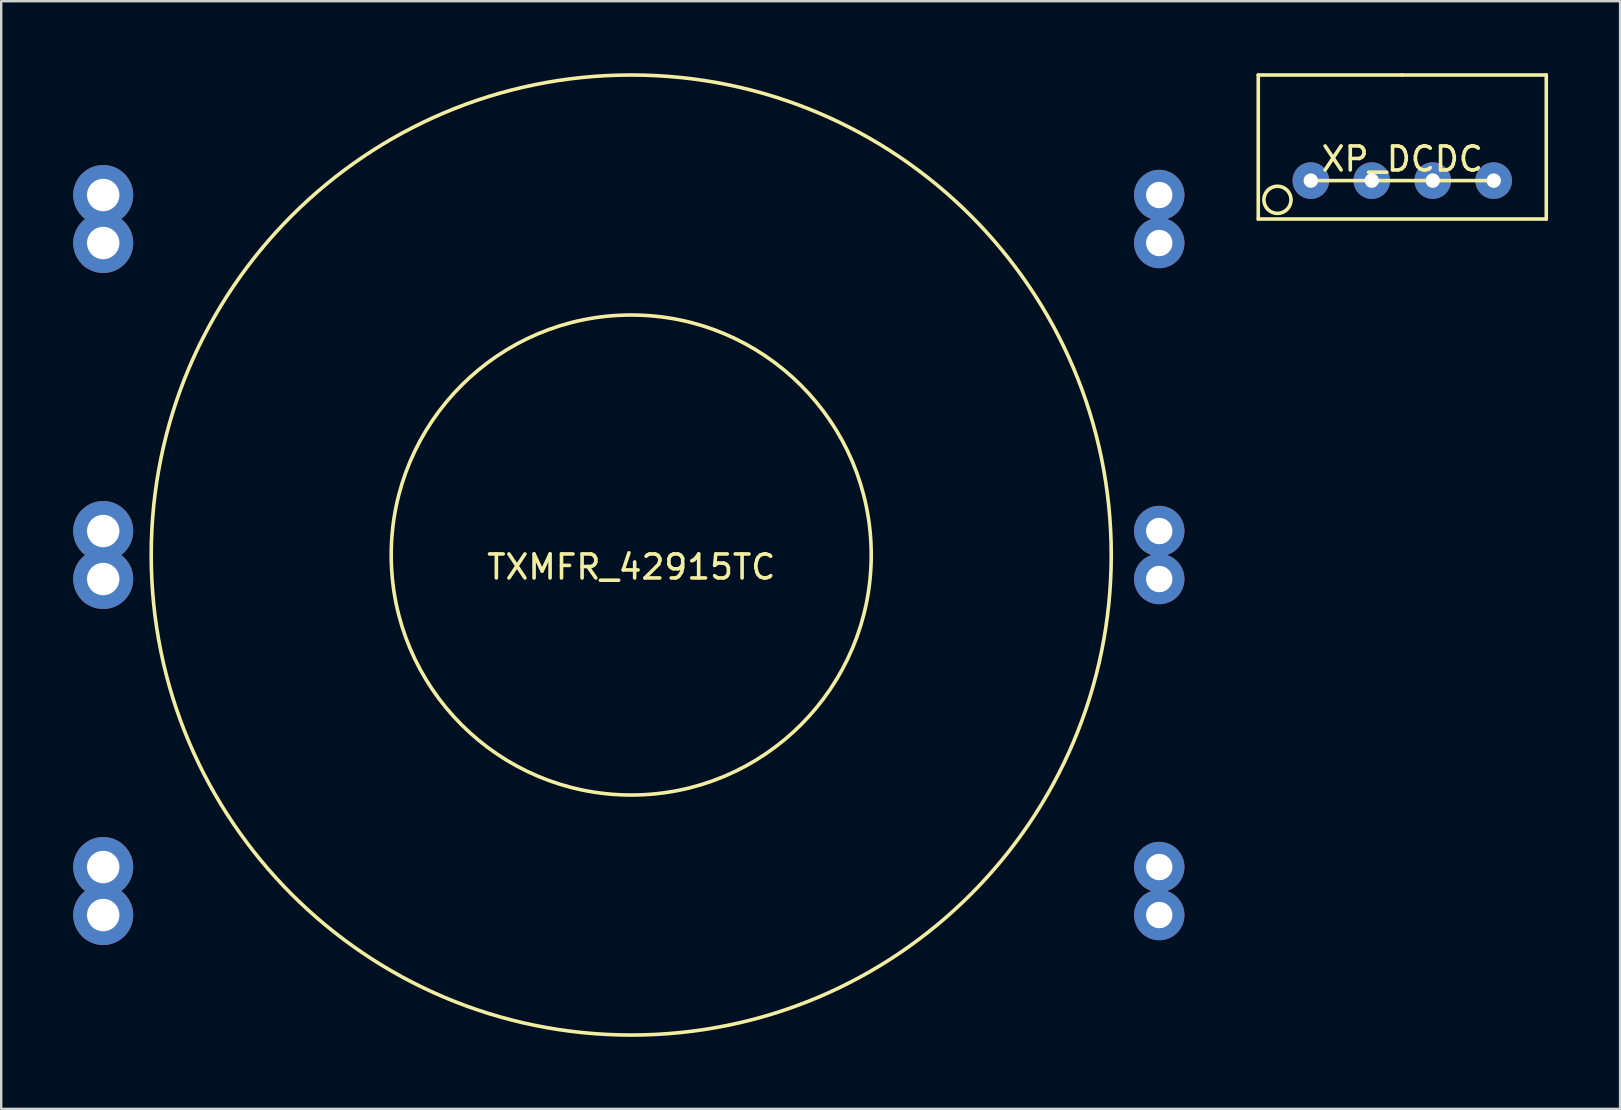
<source format=kicad_pcb>
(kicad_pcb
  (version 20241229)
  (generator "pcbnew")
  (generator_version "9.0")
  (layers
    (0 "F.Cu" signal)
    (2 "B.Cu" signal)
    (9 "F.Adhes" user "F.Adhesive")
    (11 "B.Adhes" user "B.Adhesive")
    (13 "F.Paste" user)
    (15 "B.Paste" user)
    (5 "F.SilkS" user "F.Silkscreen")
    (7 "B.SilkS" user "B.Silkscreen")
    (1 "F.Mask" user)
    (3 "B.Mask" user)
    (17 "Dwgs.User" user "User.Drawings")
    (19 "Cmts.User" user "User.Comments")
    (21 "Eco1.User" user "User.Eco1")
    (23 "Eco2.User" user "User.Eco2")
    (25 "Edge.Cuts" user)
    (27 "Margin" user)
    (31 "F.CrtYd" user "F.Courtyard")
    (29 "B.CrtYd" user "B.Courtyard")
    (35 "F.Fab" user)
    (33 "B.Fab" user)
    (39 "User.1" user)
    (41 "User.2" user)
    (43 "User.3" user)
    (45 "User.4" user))
  (footprint "TXMFR_42915TC"
    (layer "F.Cu")
    (at 23.25 20.075)
    (property "Reference" "TXMFR_42915TC" (at 0 0.5 0) (layer "F.SilkS") (effects (font (size 1 1) (thickness 0.15))))
    (attr through_hole)
    (fp_circle (center 0 0) (end -20 0) (stroke (width 0.15) (type solid)) (fill no) (layer "F.SilkS"))
    (fp_circle (center 0 0) (end -10 0) (stroke (width 0.15) (type solid)) (fill no) (layer "F.SilkS"))
    (pad "P1" thru_hole circle (at -22 -15) (size 2.5 2.5) (drill 1.35) (layers "*.Cu" "*.Mask"))
    (pad "P1" thru_hole circle (at -22 -13) (size 2.5 2.5) (drill 1.35) (layers "*.Cu" "*.Mask"))
    (pad "P2" thru_hole circle (at -22 13) (size 2.5 2.5) (drill 1.35) (layers "*.Cu" "*.Mask"))
    (pad "P2" thru_hole circle (at -22 15) (size 2.5 2.5) (drill 1.35) (layers "*.Cu" "*.Mask"))
    (pad "Pc" thru_hole circle (at -22 -1) (size 2.5 2.5) (drill 1.35) (layers "*.Cu" "*.Mask"))
    (pad "Pc" thru_hole circle (at -22 1) (size 2.5 2.5) (drill 1.35) (layers "*.Cu" "*.Mask"))
    (pad "S1" thru_hole circle (at 22 -15) (size 2.1 2.1) (drill 1.1) (layers "*.Cu" "*.Mask"))
    (pad "S1" thru_hole circle (at 22 -13) (size 2.1 2.1) (drill 1.1) (layers "*.Cu" "*.Mask"))
    (pad "S2" thru_hole circle (at 22 13) (size 2.1 2.1) (drill 1.1) (layers "*.Cu" "*.Mask"))
    (pad "S2" thru_hole circle (at 22 15) (size 2.1 2.1) (drill 1.1) (layers "*.Cu" "*.Mask"))
    (pad "Sc" thru_hole circle (at 22 -1) (size 2.1 2.1) (drill 1.1) (layers "*.Cu" "*.Mask"))
    (pad "Sc" thru_hole circle (at 22 1) (size 2.1 2.1) (drill 1.1) (layers "*.Cu" "*.Mask")))
  (footprint "XP_DCDC"
    (layer "F.Cu")
    (at 55.375 3.075)
    (property "Reference" "XP_DCDC" (at 0 0.5 0) (layer "F.SilkS") (effects (font (size 1 1) (thickness 0.15))))
    (attr through_hole)
    (fp_line (start -6 -3) (end -6 3) (stroke (width 0.15) (type solid)) (layer "F.SilkS"))
    (fp_line (start -6 3) (end 6 3) (stroke (width 0.15) (type solid)) (layer "F.SilkS"))
    (fp_line (start 0 -3) (end -6 -3) (stroke (width 0.15) (type solid)) (layer "F.SilkS"))
    (fp_line (start 3.8 1.4) (end -3.8 1.4) (stroke (width 0.15) (type solid)) (layer "F.SilkS"))
    (fp_line (start 6 -3) (end 0 -3) (stroke (width 0.15) (type solid)) (layer "F.SilkS"))
    (fp_line (start 6 3) (end 6 -3) (stroke (width 0.15) (type solid)) (layer "F.SilkS"))
    (fp_circle (center -5.2 2.2) (end -5.6 1.8) (stroke (width 0.15) (type solid)) (fill no) (layer "F.SilkS"))
    (pad "+Vi" thru_hole oval (at -1.27 1.4) (size 1.524 1.524) (drill 0.6) (layers "*.Cu" "*.Mask"))
    (pad "+Vo" thru_hole oval (at 3.81 1.4) (size 1.524 1.524) (drill 0.6) (layers "*.Cu" "*.Mask"))
    (pad "-Vi" thru_hole oval (at -3.81 1.4) (size 1.524 1.524) (drill 0.6) (layers "*.Cu" "*.Mask"))
    (pad "-Vo" thru_hole oval (at 1.27 1.4) (size 1.524 1.524) (drill 0.6) (layers "*.Cu" "*.Mask")))
  (gr_rect
    (start -3 -3)
    (end 64.45 43.15)
    (stroke (width 0.1) (type default))
    (fill no)
    (layer "Edge.Cuts")))
</source>
